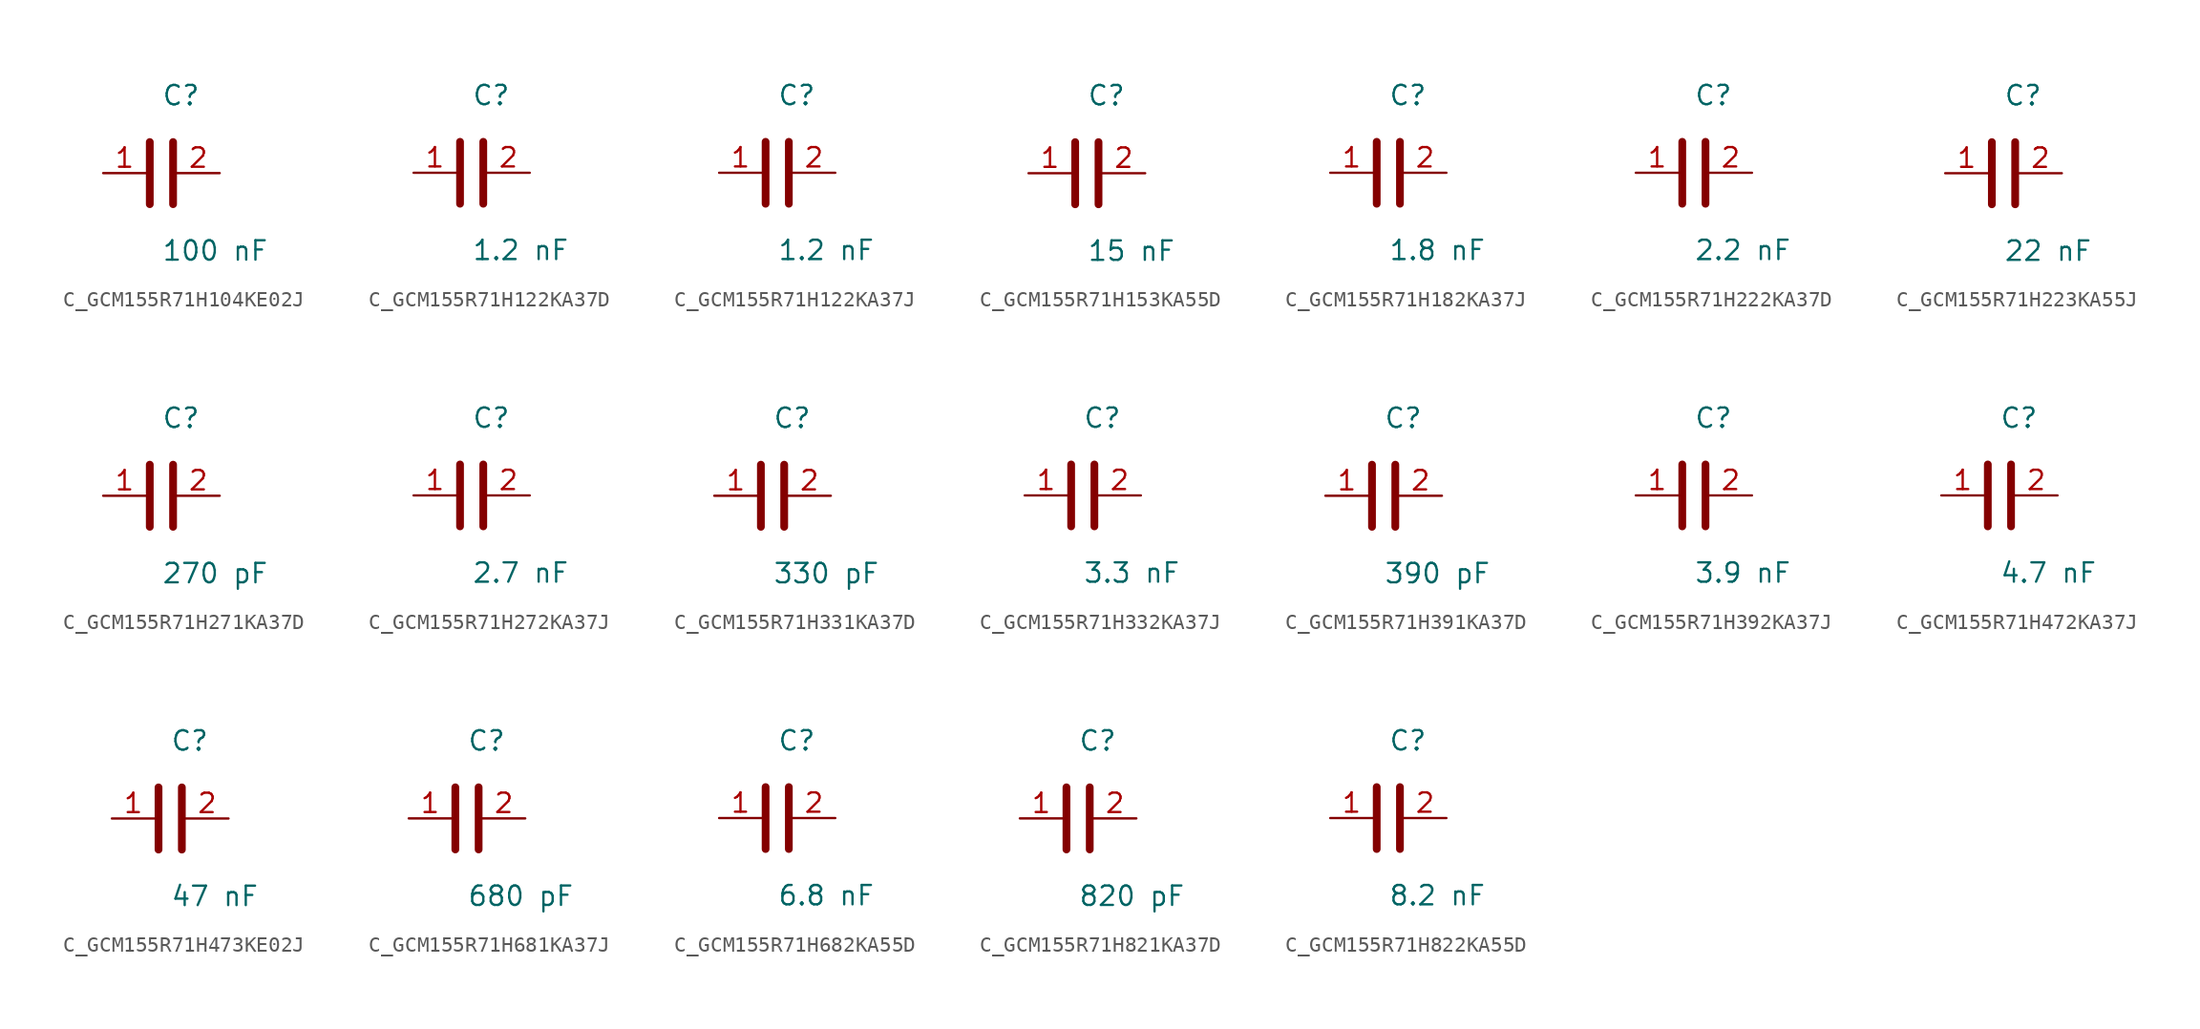
<source format=kicad_sym>
(kicad_symbol_lib
  (version 20231120)
  (generator kicad_symbol_editor)
  (generator_version 8.0)
  (symbol "C_GCM155R71H104KE02J"
    (pin_names
      (offset 0.254))
    (property "Reference" "C"
      (at 0.0 5.08 0)
      (effects (font (size 1.27 1.27)) (justify left)))
    (property "Value" "100 nF"
      (at 0.0 -5.08 0)
      (effects (font (size 1.27 1.27)) (justify left)))
    (symbol "C_GCM155R71H104KE02J_0_1"
      (polyline (pts (xy -0.762 -2.032) (xy -0.762 2.032)) (stroke (width 0.508) (type default)) (fill (type none)))
      (polyline (pts (xy 0.762 -2.032) (xy 0.762 2.032)) (stroke (width 0.508) (type default)) (fill (type none))))
    (pin unspecified line
      (at -3.81 0 0)
      (length 2.8)
      (name "" (effects (font (size 1.27 1.27))))
      (number "1" (effects (font (size 1.27 1.27)))))
    (pin unspecified line
      (at 3.81 0 180)
      (length 2.8)
      (name "" (effects (font (size 1.27 1.27))))
      (number "2" (effects (font (size 1.27 1.27))))))
  (symbol "C_GCM155R71H122KA37D"
    (pin_names
      (offset 0.254))
    (property "Reference" "C"
      (at 0.0 5.08 0)
      (effects (font (size 1.27 1.27)) (justify left)))
    (property "Value" "1.2 nF"
      (at 0.0 -5.08 0)
      (effects (font (size 1.27 1.27)) (justify left)))
    (symbol "C_GCM155R71H122KA37D_0_1"
      (polyline (pts (xy -0.762 -2.032) (xy -0.762 2.032)) (stroke (width 0.508) (type default)) (fill (type none)))
      (polyline (pts (xy 0.762 -2.032) (xy 0.762 2.032)) (stroke (width 0.508) (type default)) (fill (type none))))
    (pin unspecified line
      (at -3.81 0 0)
      (length 2.8)
      (name "" (effects (font (size 1.27 1.27))))
      (number "1" (effects (font (size 1.27 1.27)))))
    (pin unspecified line
      (at 3.81 0 180)
      (length 2.8)
      (name "" (effects (font (size 1.27 1.27))))
      (number "2" (effects (font (size 1.27 1.27))))))
  (symbol "C_GCM155R71H122KA37J"
    (pin_names
      (offset 0.254))
    (property "Reference" "C"
      (at 0.0 5.08 0)
      (effects (font (size 1.27 1.27)) (justify left)))
    (property "Value" "1.2 nF"
      (at 0.0 -5.08 0)
      (effects (font (size 1.27 1.27)) (justify left)))
    (symbol "C_GCM155R71H122KA37J_0_1"
      (polyline (pts (xy -0.762 -2.032) (xy -0.762 2.032)) (stroke (width 0.508) (type default)) (fill (type none)))
      (polyline (pts (xy 0.762 -2.032) (xy 0.762 2.032)) (stroke (width 0.508) (type default)) (fill (type none))))
    (pin unspecified line
      (at -3.81 0 0)
      (length 2.8)
      (name "" (effects (font (size 1.27 1.27))))
      (number "1" (effects (font (size 1.27 1.27)))))
    (pin unspecified line
      (at 3.81 0 180)
      (length 2.8)
      (name "" (effects (font (size 1.27 1.27))))
      (number "2" (effects (font (size 1.27 1.27))))))
  (symbol "C_GCM155R71H153KA55D"
    (pin_names
      (offset 0.254))
    (property "Reference" "C"
      (at 0.0 5.08 0)
      (effects (font (size 1.27 1.27)) (justify left)))
    (property "Value" "15 nF"
      (at 0.0 -5.08 0)
      (effects (font (size 1.27 1.27)) (justify left)))
    (symbol "C_GCM155R71H153KA55D_0_1"
      (polyline (pts (xy -0.762 -2.032) (xy -0.762 2.032)) (stroke (width 0.508) (type default)) (fill (type none)))
      (polyline (pts (xy 0.762 -2.032) (xy 0.762 2.032)) (stroke (width 0.508) (type default)) (fill (type none))))
    (pin unspecified line
      (at -3.81 0 0)
      (length 2.8)
      (name "" (effects (font (size 1.27 1.27))))
      (number "1" (effects (font (size 1.27 1.27)))))
    (pin unspecified line
      (at 3.81 0 180)
      (length 2.8)
      (name "" (effects (font (size 1.27 1.27))))
      (number "2" (effects (font (size 1.27 1.27))))))
  (symbol "C_GCM155R71H182KA37J"
    (pin_names
      (offset 0.254))
    (property "Reference" "C"
      (at 0.0 5.08 0)
      (effects (font (size 1.27 1.27)) (justify left)))
    (property "Value" "1.8 nF"
      (at 0.0 -5.08 0)
      (effects (font (size 1.27 1.27)) (justify left)))
    (symbol "C_GCM155R71H182KA37J_0_1"
      (polyline (pts (xy -0.762 -2.032) (xy -0.762 2.032)) (stroke (width 0.508) (type default)) (fill (type none)))
      (polyline (pts (xy 0.762 -2.032) (xy 0.762 2.032)) (stroke (width 0.508) (type default)) (fill (type none))))
    (pin unspecified line
      (at -3.81 0 0)
      (length 2.8)
      (name "" (effects (font (size 1.27 1.27))))
      (number "1" (effects (font (size 1.27 1.27)))))
    (pin unspecified line
      (at 3.81 0 180)
      (length 2.8)
      (name "" (effects (font (size 1.27 1.27))))
      (number "2" (effects (font (size 1.27 1.27))))))
  (symbol "C_GCM155R71H222KA37D"
    (pin_names
      (offset 0.254))
    (property "Reference" "C"
      (at 0.0 5.08 0)
      (effects (font (size 1.27 1.27)) (justify left)))
    (property "Value" "2.2 nF"
      (at 0.0 -5.08 0)
      (effects (font (size 1.27 1.27)) (justify left)))
    (symbol "C_GCM155R71H222KA37D_0_1"
      (polyline (pts (xy -0.762 -2.032) (xy -0.762 2.032)) (stroke (width 0.508) (type default)) (fill (type none)))
      (polyline (pts (xy 0.762 -2.032) (xy 0.762 2.032)) (stroke (width 0.508) (type default)) (fill (type none))))
    (pin unspecified line
      (at -3.81 0 0)
      (length 2.8)
      (name "" (effects (font (size 1.27 1.27))))
      (number "1" (effects (font (size 1.27 1.27)))))
    (pin unspecified line
      (at 3.81 0 180)
      (length 2.8)
      (name "" (effects (font (size 1.27 1.27))))
      (number "2" (effects (font (size 1.27 1.27))))))
  (symbol "C_GCM155R71H223KA55J"
    (pin_names
      (offset 0.254))
    (property "Reference" "C"
      (at 0.0 5.08 0)
      (effects (font (size 1.27 1.27)) (justify left)))
    (property "Value" "22 nF"
      (at 0.0 -5.08 0)
      (effects (font (size 1.27 1.27)) (justify left)))
    (symbol "C_GCM155R71H223KA55J_0_1"
      (polyline (pts (xy -0.762 -2.032) (xy -0.762 2.032)) (stroke (width 0.508) (type default)) (fill (type none)))
      (polyline (pts (xy 0.762 -2.032) (xy 0.762 2.032)) (stroke (width 0.508) (type default)) (fill (type none))))
    (pin unspecified line
      (at -3.81 0 0)
      (length 2.8)
      (name "" (effects (font (size 1.27 1.27))))
      (number "1" (effects (font (size 1.27 1.27)))))
    (pin unspecified line
      (at 3.81 0 180)
      (length 2.8)
      (name "" (effects (font (size 1.27 1.27))))
      (number "2" (effects (font (size 1.27 1.27))))))
  (symbol "C_GCM155R71H271KA37D"
    (pin_names
      (offset 0.254))
    (property "Reference" "C"
      (at 0.0 5.08 0)
      (effects (font (size 1.27 1.27)) (justify left)))
    (property "Value" "270 pF"
      (at 0.0 -5.08 0)
      (effects (font (size 1.27 1.27)) (justify left)))
    (symbol "C_GCM155R71H271KA37D_0_1"
      (polyline (pts (xy -0.762 -2.032) (xy -0.762 2.032)) (stroke (width 0.508) (type default)) (fill (type none)))
      (polyline (pts (xy 0.762 -2.032) (xy 0.762 2.032)) (stroke (width 0.508) (type default)) (fill (type none))))
    (pin unspecified line
      (at -3.81 0 0)
      (length 2.8)
      (name "" (effects (font (size 1.27 1.27))))
      (number "1" (effects (font (size 1.27 1.27)))))
    (pin unspecified line
      (at 3.81 0 180)
      (length 2.8)
      (name "" (effects (font (size 1.27 1.27))))
      (number "2" (effects (font (size 1.27 1.27))))))
  (symbol "C_GCM155R71H272KA37J"
    (pin_names
      (offset 0.254))
    (property "Reference" "C"
      (at 0.0 5.08 0)
      (effects (font (size 1.27 1.27)) (justify left)))
    (property "Value" "2.7 nF"
      (at 0.0 -5.08 0)
      (effects (font (size 1.27 1.27)) (justify left)))
    (symbol "C_GCM155R71H272KA37J_0_1"
      (polyline (pts (xy -0.762 -2.032) (xy -0.762 2.032)) (stroke (width 0.508) (type default)) (fill (type none)))
      (polyline (pts (xy 0.762 -2.032) (xy 0.762 2.032)) (stroke (width 0.508) (type default)) (fill (type none))))
    (pin unspecified line
      (at -3.81 0 0)
      (length 2.8)
      (name "" (effects (font (size 1.27 1.27))))
      (number "1" (effects (font (size 1.27 1.27)))))
    (pin unspecified line
      (at 3.81 0 180)
      (length 2.8)
      (name "" (effects (font (size 1.27 1.27))))
      (number "2" (effects (font (size 1.27 1.27))))))
  (symbol "C_GCM155R71H331KA37D"
    (pin_names
      (offset 0.254))
    (property "Reference" "C"
      (at 0.0 5.08 0)
      (effects (font (size 1.27 1.27)) (justify left)))
    (property "Value" "330 pF"
      (at 0.0 -5.08 0)
      (effects (font (size 1.27 1.27)) (justify left)))
    (symbol "C_GCM155R71H331KA37D_0_1"
      (polyline (pts (xy -0.762 -2.032) (xy -0.762 2.032)) (stroke (width 0.508) (type default)) (fill (type none)))
      (polyline (pts (xy 0.762 -2.032) (xy 0.762 2.032)) (stroke (width 0.508) (type default)) (fill (type none))))
    (pin unspecified line
      (at -3.81 0 0)
      (length 2.8)
      (name "" (effects (font (size 1.27 1.27))))
      (number "1" (effects (font (size 1.27 1.27)))))
    (pin unspecified line
      (at 3.81 0 180)
      (length 2.8)
      (name "" (effects (font (size 1.27 1.27))))
      (number "2" (effects (font (size 1.27 1.27))))))
  (symbol "C_GCM155R71H332KA37J"
    (pin_names
      (offset 0.254))
    (property "Reference" "C"
      (at 0.0 5.08 0)
      (effects (font (size 1.27 1.27)) (justify left)))
    (property "Value" "3.3 nF"
      (at 0.0 -5.08 0)
      (effects (font (size 1.27 1.27)) (justify left)))
    (symbol "C_GCM155R71H332KA37J_0_1"
      (polyline (pts (xy -0.762 -2.032) (xy -0.762 2.032)) (stroke (width 0.508) (type default)) (fill (type none)))
      (polyline (pts (xy 0.762 -2.032) (xy 0.762 2.032)) (stroke (width 0.508) (type default)) (fill (type none))))
    (pin unspecified line
      (at -3.81 0 0)
      (length 2.8)
      (name "" (effects (font (size 1.27 1.27))))
      (number "1" (effects (font (size 1.27 1.27)))))
    (pin unspecified line
      (at 3.81 0 180)
      (length 2.8)
      (name "" (effects (font (size 1.27 1.27))))
      (number "2" (effects (font (size 1.27 1.27))))))
  (symbol "C_GCM155R71H391KA37D"
    (pin_names
      (offset 0.254))
    (property "Reference" "C"
      (at 0.0 5.08 0)
      (effects (font (size 1.27 1.27)) (justify left)))
    (property "Value" "390 pF"
      (at 0.0 -5.08 0)
      (effects (font (size 1.27 1.27)) (justify left)))
    (symbol "C_GCM155R71H391KA37D_0_1"
      (polyline (pts (xy -0.762 -2.032) (xy -0.762 2.032)) (stroke (width 0.508) (type default)) (fill (type none)))
      (polyline (pts (xy 0.762 -2.032) (xy 0.762 2.032)) (stroke (width 0.508) (type default)) (fill (type none))))
    (pin unspecified line
      (at -3.81 0 0)
      (length 2.8)
      (name "" (effects (font (size 1.27 1.27))))
      (number "1" (effects (font (size 1.27 1.27)))))
    (pin unspecified line
      (at 3.81 0 180)
      (length 2.8)
      (name "" (effects (font (size 1.27 1.27))))
      (number "2" (effects (font (size 1.27 1.27))))))
  (symbol "C_GCM155R71H392KA37J"
    (pin_names
      (offset 0.254))
    (property "Reference" "C"
      (at 0.0 5.08 0)
      (effects (font (size 1.27 1.27)) (justify left)))
    (property "Value" "3.9 nF"
      (at 0.0 -5.08 0)
      (effects (font (size 1.27 1.27)) (justify left)))
    (symbol "C_GCM155R71H392KA37J_0_1"
      (polyline (pts (xy -0.762 -2.032) (xy -0.762 2.032)) (stroke (width 0.508) (type default)) (fill (type none)))
      (polyline (pts (xy 0.762 -2.032) (xy 0.762 2.032)) (stroke (width 0.508) (type default)) (fill (type none))))
    (pin unspecified line
      (at -3.81 0 0)
      (length 2.8)
      (name "" (effects (font (size 1.27 1.27))))
      (number "1" (effects (font (size 1.27 1.27)))))
    (pin unspecified line
      (at 3.81 0 180)
      (length 2.8)
      (name "" (effects (font (size 1.27 1.27))))
      (number "2" (effects (font (size 1.27 1.27))))))
  (symbol "C_GCM155R71H472KA37J"
    (pin_names
      (offset 0.254))
    (property "Reference" "C"
      (at 0.0 5.08 0)
      (effects (font (size 1.27 1.27)) (justify left)))
    (property "Value" "4.7 nF"
      (at 0.0 -5.08 0)
      (effects (font (size 1.27 1.27)) (justify left)))
    (symbol "C_GCM155R71H472KA37J_0_1"
      (polyline (pts (xy -0.762 -2.032) (xy -0.762 2.032)) (stroke (width 0.508) (type default)) (fill (type none)))
      (polyline (pts (xy 0.762 -2.032) (xy 0.762 2.032)) (stroke (width 0.508) (type default)) (fill (type none))))
    (pin unspecified line
      (at -3.81 0 0)
      (length 2.8)
      (name "" (effects (font (size 1.27 1.27))))
      (number "1" (effects (font (size 1.27 1.27)))))
    (pin unspecified line
      (at 3.81 0 180)
      (length 2.8)
      (name "" (effects (font (size 1.27 1.27))))
      (number "2" (effects (font (size 1.27 1.27))))))
  (symbol "C_GCM155R71H473KE02J"
    (pin_names
      (offset 0.254))
    (property "Reference" "C"
      (at 0.0 5.08 0)
      (effects (font (size 1.27 1.27)) (justify left)))
    (property "Value" "47 nF"
      (at 0.0 -5.08 0)
      (effects (font (size 1.27 1.27)) (justify left)))
    (symbol "C_GCM155R71H473KE02J_0_1"
      (polyline (pts (xy -0.762 -2.032) (xy -0.762 2.032)) (stroke (width 0.508) (type default)) (fill (type none)))
      (polyline (pts (xy 0.762 -2.032) (xy 0.762 2.032)) (stroke (width 0.508) (type default)) (fill (type none))))
    (pin unspecified line
      (at -3.81 0 0)
      (length 2.8)
      (name "" (effects (font (size 1.27 1.27))))
      (number "1" (effects (font (size 1.27 1.27)))))
    (pin unspecified line
      (at 3.81 0 180)
      (length 2.8)
      (name "" (effects (font (size 1.27 1.27))))
      (number "2" (effects (font (size 1.27 1.27))))))
  (symbol "C_GCM155R71H681KA37J"
    (pin_names
      (offset 0.254))
    (property "Reference" "C"
      (at 0.0 5.08 0)
      (effects (font (size 1.27 1.27)) (justify left)))
    (property "Value" "680 pF"
      (at 0.0 -5.08 0)
      (effects (font (size 1.27 1.27)) (justify left)))
    (symbol "C_GCM155R71H681KA37J_0_1"
      (polyline (pts (xy -0.762 -2.032) (xy -0.762 2.032)) (stroke (width 0.508) (type default)) (fill (type none)))
      (polyline (pts (xy 0.762 -2.032) (xy 0.762 2.032)) (stroke (width 0.508) (type default)) (fill (type none))))
    (pin unspecified line
      (at -3.81 0 0)
      (length 2.8)
      (name "" (effects (font (size 1.27 1.27))))
      (number "1" (effects (font (size 1.27 1.27)))))
    (pin unspecified line
      (at 3.81 0 180)
      (length 2.8)
      (name "" (effects (font (size 1.27 1.27))))
      (number "2" (effects (font (size 1.27 1.27))))))
  (symbol "C_GCM155R71H682KA55D"
    (pin_names
      (offset 0.254))
    (property "Reference" "C"
      (at 0.0 5.08 0)
      (effects (font (size 1.27 1.27)) (justify left)))
    (property "Value" "6.8 nF"
      (at 0.0 -5.08 0)
      (effects (font (size 1.27 1.27)) (justify left)))
    (symbol "C_GCM155R71H682KA55D_0_1"
      (polyline (pts (xy -0.762 -2.032) (xy -0.762 2.032)) (stroke (width 0.508) (type default)) (fill (type none)))
      (polyline (pts (xy 0.762 -2.032) (xy 0.762 2.032)) (stroke (width 0.508) (type default)) (fill (type none))))
    (pin unspecified line
      (at -3.81 0 0)
      (length 2.8)
      (name "" (effects (font (size 1.27 1.27))))
      (number "1" (effects (font (size 1.27 1.27)))))
    (pin unspecified line
      (at 3.81 0 180)
      (length 2.8)
      (name "" (effects (font (size 1.27 1.27))))
      (number "2" (effects (font (size 1.27 1.27))))))
  (symbol "C_GCM155R71H821KA37D"
    (pin_names
      (offset 0.254))
    (property "Reference" "C"
      (at 0.0 5.08 0)
      (effects (font (size 1.27 1.27)) (justify left)))
    (property "Value" "820 pF"
      (at 0.0 -5.08 0)
      (effects (font (size 1.27 1.27)) (justify left)))
    (symbol "C_GCM155R71H821KA37D_0_1"
      (polyline (pts (xy -0.762 -2.032) (xy -0.762 2.032)) (stroke (width 0.508) (type default)) (fill (type none)))
      (polyline (pts (xy 0.762 -2.032) (xy 0.762 2.032)) (stroke (width 0.508) (type default)) (fill (type none))))
    (pin unspecified line
      (at -3.81 0 0)
      (length 2.8)
      (name "" (effects (font (size 1.27 1.27))))
      (number "1" (effects (font (size 1.27 1.27)))))
    (pin unspecified line
      (at 3.81 0 180)
      (length 2.8)
      (name "" (effects (font (size 1.27 1.27))))
      (number "2" (effects (font (size 1.27 1.27))))))
  (symbol "C_GCM155R71H822KA55D"
    (pin_names
      (offset 0.254))
    (property "Reference" "C"
      (at 0.0 5.08 0)
      (effects (font (size 1.27 1.27)) (justify left)))
    (property "Value" "8.2 nF"
      (at 0.0 -5.08 0)
      (effects (font (size 1.27 1.27)) (justify left)))
    (symbol "C_GCM155R71H822KA55D_0_1"
      (polyline (pts (xy -0.762 -2.032) (xy -0.762 2.032)) (stroke (width 0.508) (type default)) (fill (type none)))
      (polyline (pts (xy 0.762 -2.032) (xy 0.762 2.032)) (stroke (width 0.508) (type default)) (fill (type none))))
    (pin unspecified line
      (at -3.81 0 0)
      (length 2.8)
      (name "" (effects (font (size 1.27 1.27))))
      (number "1" (effects (font (size 1.27 1.27)))))
    (pin unspecified line
      (at 3.81 0 180)
      (length 2.8)
      (name "" (effects (font (size 1.27 1.27))))
      (number "2" (effects (font (size 1.27 1.27)))))))
</source>
